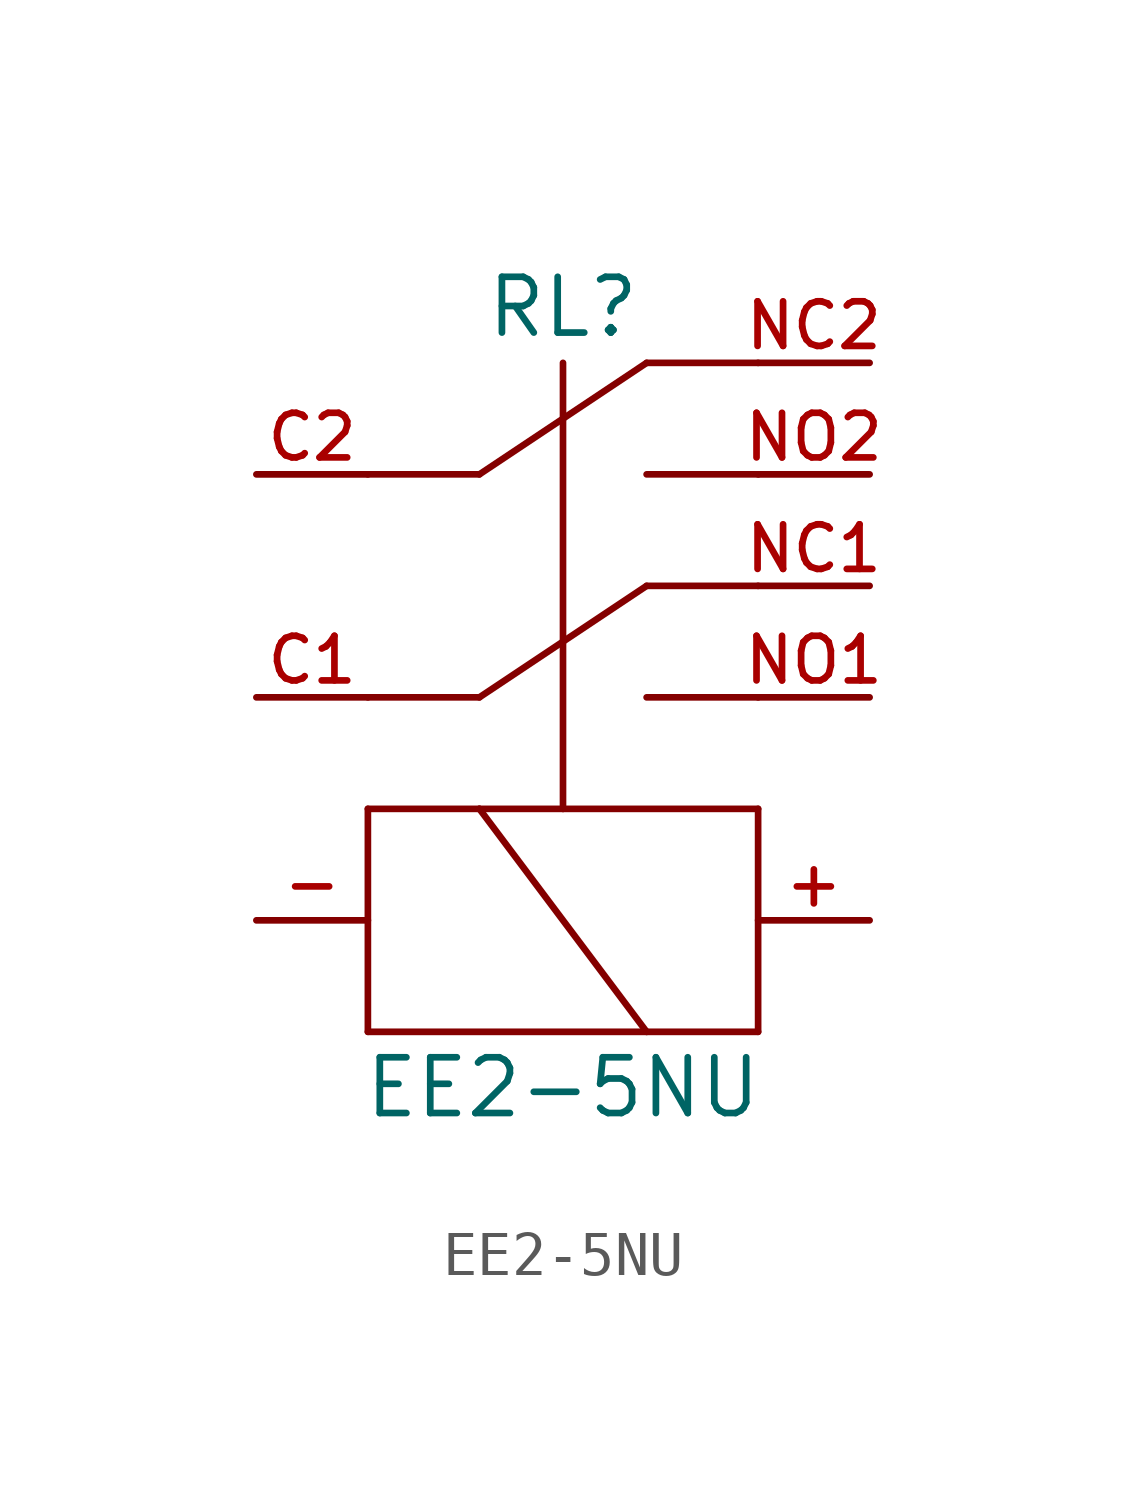
<source format=kicad_sym>
(kicad_symbol_lib
  (version 20211014)
  (generator kicad_symbol_editor)
  (symbol "EE2-5NU"
    (pin_names
      (offset 1.016))
    (property "Reference" "RL"
      (at 1.905 8.89 0)
      (effects (font (size 1.27 1.27))))
    (property "Value" "EE2-5NU"
      (at 1.905 -8.89 0)
      (effects (font (size 1.27 1.27))))
    (symbol "EE2-5NU_0_0"
      (polyline (pts (xy -2.54 0.0) (xy 0.0 0.0)) (stroke (width 0.152)))
      (polyline (pts (xy 0.0 0.0) (xy 3.81 2.54)) (stroke (width 0.152)))
      (polyline (pts (xy 3.81 0.0) (xy 6.35 0.0)) (stroke (width 0.152)))
      (polyline (pts (xy -2.54 -2.54) (xy 0.0 -2.54)) (stroke (width 0.152)))
      (polyline (pts (xy 0.0 -2.54) (xy 1.905 -2.54)) (stroke (width 0.152)))
      (polyline (pts (xy 1.905 -2.54) (xy 6.35 -2.54)) (stroke (width 0.152)))
      (polyline (pts (xy 6.35 -2.54) (xy 6.35 -7.62)) (stroke (width 0.152)))
      (polyline (pts (xy 6.35 -7.62) (xy 3.81 -7.62)) (stroke (width 0.152)))
      (polyline (pts (xy 3.81 -7.62) (xy -2.54 -7.62)) (stroke (width 0.152)))
      (polyline (pts (xy -2.54 -7.62) (xy -2.54 -2.54)) (stroke (width 0.152)))
      (polyline (pts (xy 0.0 -2.54) (xy 3.81 -7.62)) (stroke (width 0.152)))
      (polyline (pts (xy 1.905 -2.54) (xy 1.905 7.62)) (stroke (width 0.152)))
      (polyline (pts (xy 3.81 2.54) (xy 6.35 2.54)) (stroke (width 0.152)))
      (polyline (pts (xy -2.54 5.08) (xy 0.0 5.08)) (stroke (width 0.152)))
      (polyline (pts (xy 0.0 5.08) (xy 3.81 7.62)) (stroke (width 0.152)))
      (polyline (pts (xy 3.81 5.08) (xy 6.35 5.08)) (stroke (width 0.152)))
      (polyline (pts (xy 3.81 7.62) (xy 6.35 7.62)) (stroke (width 0.152)))
      (pin bidirectional line (at -5.08 -5.08 0) (length 2.54) (name "~" (effects (font (size 1.016 1.016)))) (number "-" (effects (font (size 1.016 1.016)))))
      (pin bidirectional line (at 8.89 -5.08 180.0) (length 2.54) (name "~" (effects (font (size 1.016 1.016)))) (number "+" (effects (font (size 1.016 1.016)))))
      (pin bidirectional line (at -5.08 0.0 0) (length 2.54) (name "~" (effects (font (size 1.016 1.016)))) (number "C1" (effects (font (size 1.016 1.016)))))
      (pin bidirectional line (at 8.89 0.0 180.0) (length 2.54) (name "~" (effects (font (size 1.016 1.016)))) (number "NO1" (effects (font (size 1.016 1.016)))))
      (pin bidirectional line (at 8.89 2.54 180.0) (length 2.54) (name "~" (effects (font (size 1.016 1.016)))) (number "NC1" (effects (font (size 1.016 1.016)))))
      (pin bidirectional line (at -5.08 5.08 0) (length 2.54) (name "~" (effects (font (size 1.016 1.016)))) (number "C2" (effects (font (size 1.016 1.016)))))
      (pin bidirectional line (at 8.89 5.08 180.0) (length 2.54) (name "~" (effects (font (size 1.016 1.016)))) (number "NO2" (effects (font (size 1.016 1.016)))))
      (pin bidirectional line (at 8.89 7.62 180.0) (length 2.54) (name "~" (effects (font (size 1.016 1.016)))) (number "NC2" (effects (font (size 1.016 1.016))))))))
</source>
